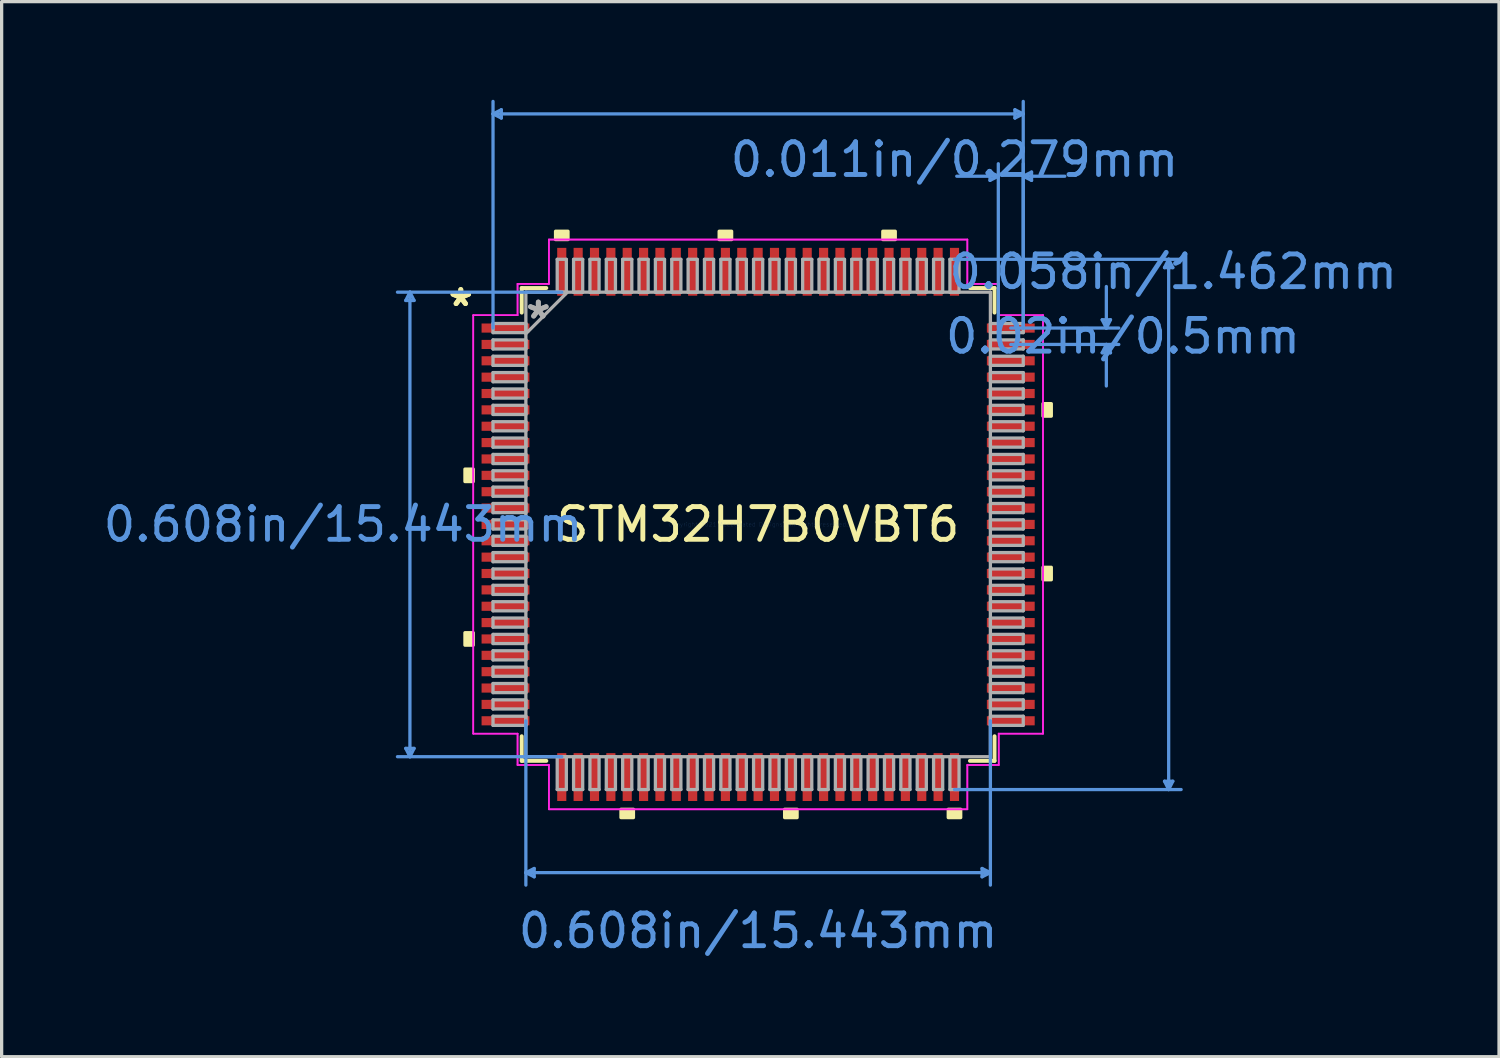
<source format=kicad_pcb>
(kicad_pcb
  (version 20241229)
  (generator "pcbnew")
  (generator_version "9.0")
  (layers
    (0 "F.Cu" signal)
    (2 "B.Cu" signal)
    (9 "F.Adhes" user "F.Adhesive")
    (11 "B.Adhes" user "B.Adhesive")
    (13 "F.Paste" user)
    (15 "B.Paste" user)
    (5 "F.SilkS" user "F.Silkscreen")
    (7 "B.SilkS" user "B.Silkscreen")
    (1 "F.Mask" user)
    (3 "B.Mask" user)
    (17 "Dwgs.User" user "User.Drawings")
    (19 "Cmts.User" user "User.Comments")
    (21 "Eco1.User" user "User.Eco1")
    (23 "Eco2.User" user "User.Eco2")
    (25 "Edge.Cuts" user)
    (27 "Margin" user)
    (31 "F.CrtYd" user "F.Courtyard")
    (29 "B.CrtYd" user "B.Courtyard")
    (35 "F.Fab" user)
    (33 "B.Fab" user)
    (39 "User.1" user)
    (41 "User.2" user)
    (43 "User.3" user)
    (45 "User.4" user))
  (footprint "STM32H7B0VBT6"
    (layer "F.Cu")
    (at 20.122 12.979)
    (property "Reference" "STM32H7B0VBT6" (at 0 0 0) (layer "F.SilkS") (effects (font (size 1 1) (thickness 0.15))))
    (attr through_hole)
    (fp_line (start -7.226 -7.226) (end -7.226 -6.474) (stroke (width 0.12) (type solid)) (layer "F.SilkS"))
    (fp_line (start -7.226 6.474) (end -7.226 7.226) (stroke (width 0.12) (type solid)) (layer "F.SilkS"))
    (fp_line (start -7.226 7.226) (end -6.474 7.226) (stroke (width 0.12) (type solid)) (layer "F.SilkS"))
    (fp_line (start -6.474 -7.226) (end -7.226 -7.226) (stroke (width 0.12) (type solid)) (layer "F.SilkS"))
    (fp_line (start 6.474 7.226) (end 7.226 7.226) (stroke (width 0.12) (type solid)) (layer "F.SilkS"))
    (fp_line (start 7.226 -7.226) (end 6.474 -7.226) (stroke (width 0.12) (type solid)) (layer "F.SilkS"))
    (fp_line (start 7.226 -6.474) (end 7.226 -7.226) (stroke (width 0.12) (type solid)) (layer "F.SilkS"))
    (fp_line (start 7.226 7.226) (end 7.226 6.474) (stroke (width 0.12) (type solid)) (layer "F.SilkS"))
    (fp_poly (pts (xy -8.961 -1.691) (xy -8.961 -1.31) (xy -8.707 -1.31) (xy -8.707 -1.691)) (stroke (width 0.1) (type solid)) (fill yes) (layer "F.SilkS"))
    (fp_poly (pts (xy -8.961 3.31) (xy -8.961 3.691) (xy -8.707 3.691) (xy -8.707 3.31)) (stroke (width 0.1) (type solid)) (fill yes) (layer "F.SilkS"))
    (fp_poly (pts (xy -6.192 -8.707) (xy -6.192 -8.961) (xy -5.811 -8.961) (xy -5.811 -8.707)) (stroke (width 0.1) (type solid)) (fill yes) (layer "F.SilkS"))
    (fp_poly (pts (xy -4.192 8.707) (xy -4.192 8.961) (xy -3.811 8.961) (xy -3.811 8.707)) (stroke (width 0.1) (type solid)) (fill yes) (layer "F.SilkS"))
    (fp_poly (pts (xy -1.191 -8.707) (xy -1.191 -8.961) (xy -0.81 -8.961) (xy -0.81 -8.707)) (stroke (width 0.1) (type solid)) (fill yes) (layer "F.SilkS"))
    (fp_poly (pts (xy 0.81 8.707) (xy 0.81 8.961) (xy 1.191 8.961) (xy 1.191 8.707)) (stroke (width 0.1) (type solid)) (fill yes) (layer "F.SilkS"))
    (fp_poly (pts (xy 3.811 -8.707) (xy 3.811 -8.961) (xy 4.192 -8.961) (xy 4.192 -8.707)) (stroke (width 0.1) (type solid)) (fill yes) (layer "F.SilkS"))
    (fp_poly (pts (xy 5.811 8.707) (xy 5.811 8.961) (xy 6.192 8.961) (xy 6.192 8.707)) (stroke (width 0.1) (type solid)) (fill yes) (layer "F.SilkS"))
    (fp_poly (pts (xy 8.961 -3.691) (xy 8.961 -3.31) (xy 8.707 -3.31) (xy 8.707 -3.691)) (stroke (width 0.1) (type solid)) (fill yes) (layer "F.SilkS"))
    (fp_poly (pts (xy 8.961 1.31) (xy 8.961 1.691) (xy 8.707 1.691) (xy 8.707 1.31)) (stroke (width 0.1) (type solid)) (fill yes) (layer "F.SilkS"))
    (fp_line (start -10.77 -6.845) (end -10.516 -6.845) (stroke (width 0.1) (type solid)) (layer "Cmts.User"))
    (fp_line (start -10.77 6.845) (end -10.516 6.845) (stroke (width 0.1) (type solid)) (layer "Cmts.User"))
    (fp_line (start -10.643 -7.099) (end -10.77 -6.845) (stroke (width 0.1) (type solid)) (layer "Cmts.User"))
    (fp_line (start -10.643 -7.099) (end -10.643 7.099) (stroke (width 0.1) (type solid)) (layer "Cmts.User"))
    (fp_line (start -10.643 -7.099) (end -10.516 -6.845) (stroke (width 0.1) (type solid)) (layer "Cmts.User"))
    (fp_line (start -10.643 7.099) (end -10.77 6.845) (stroke (width 0.1) (type solid)) (layer "Cmts.User"))
    (fp_line (start -10.643 7.099) (end -10.516 6.845) (stroke (width 0.1) (type solid)) (layer "Cmts.User"))
    (fp_line (start -8.103 -12.548) (end -7.849 -12.675) (stroke (width 0.1) (type solid)) (layer "Cmts.User"))
    (fp_line (start -8.103 -12.548) (end -7.849 -12.421) (stroke (width 0.1) (type solid)) (layer "Cmts.User"))
    (fp_line (start -8.103 -12.548) (end 8.103 -12.548) (stroke (width 0.1) (type solid)) (layer "Cmts.User"))
    (fp_line (start -8.103 -6.002) (end -8.103 -12.929) (stroke (width 0.1) (type solid)) (layer "Cmts.User"))
    (fp_line (start -7.849 -12.675) (end -7.849 -12.421) (stroke (width 0.1) (type solid)) (layer "Cmts.User"))
    (fp_line (start -7.099 6.002) (end -7.099 11.024) (stroke (width 0.1) (type solid)) (layer "Cmts.User"))
    (fp_line (start -7.099 10.643) (end -6.845 10.516) (stroke (width 0.1) (type solid)) (layer "Cmts.User"))
    (fp_line (start -7.099 10.643) (end -6.845 10.77) (stroke (width 0.1) (type solid)) (layer "Cmts.User"))
    (fp_line (start -7.099 10.643) (end 7.099 10.643) (stroke (width 0.1) (type solid)) (layer "Cmts.User"))
    (fp_line (start -6.845 10.516) (end -6.845 10.77) (stroke (width 0.1) (type solid)) (layer "Cmts.User"))
    (fp_line (start -6.002 -7.099) (end -11.024 -7.099) (stroke (width 0.1) (type solid)) (layer "Cmts.User"))
    (fp_line (start -6.002 7.099) (end -11.024 7.099) (stroke (width 0.1) (type solid)) (layer "Cmts.User"))
    (fp_line (start 6.002 -8.103) (end 12.929 -8.103) (stroke (width 0.1) (type solid)) (layer "Cmts.User"))
    (fp_line (start 6.002 8.103) (end 12.929 8.103) (stroke (width 0.1) (type solid)) (layer "Cmts.User"))
    (fp_line (start 6.845 10.516) (end 6.845 10.77) (stroke (width 0.1) (type solid)) (layer "Cmts.User"))
    (fp_line (start 7.087 -10.77) (end 7.087 -10.516) (stroke (width 0.1) (type solid)) (layer "Cmts.User"))
    (fp_line (start 7.099 6.002) (end 7.099 11.024) (stroke (width 0.1) (type solid)) (layer "Cmts.User"))
    (fp_line (start 7.099 10.643) (end 6.845 10.516) (stroke (width 0.1) (type solid)) (layer "Cmts.User"))
    (fp_line (start 7.099 10.643) (end 6.845 10.77) (stroke (width 0.1) (type solid)) (layer "Cmts.User"))
    (fp_line (start 7.341 -10.643) (end 6.071 -10.643) (stroke (width 0.1) (type solid)) (layer "Cmts.User"))
    (fp_line (start 7.341 -10.643) (end 7.087 -10.77) (stroke (width 0.1) (type solid)) (layer "Cmts.User"))
    (fp_line (start 7.341 -10.643) (end 7.087 -10.516) (stroke (width 0.1) (type solid)) (layer "Cmts.User"))
    (fp_line (start 7.341 -6.002) (end 7.341 -11.024) (stroke (width 0.1) (type solid)) (layer "Cmts.User"))
    (fp_line (start 7.722 -6.002) (end 11.024 -6.002) (stroke (width 0.1) (type solid)) (layer "Cmts.User"))
    (fp_line (start 7.722 -5.501) (end 11.024 -5.501) (stroke (width 0.1) (type solid)) (layer "Cmts.User"))
    (fp_line (start 7.849 -12.675) (end 7.849 -12.421) (stroke (width 0.1) (type solid)) (layer "Cmts.User"))
    (fp_line (start 8.103 -12.548) (end 7.849 -12.675) (stroke (width 0.1) (type solid)) (layer "Cmts.User"))
    (fp_line (start 8.103 -12.548) (end 7.849 -12.421) (stroke (width 0.1) (type solid)) (layer "Cmts.User"))
    (fp_line (start 8.103 -10.643) (end 8.357 -10.77) (stroke (width 0.1) (type solid)) (layer "Cmts.User"))
    (fp_line (start 8.103 -10.643) (end 8.357 -10.516) (stroke (width 0.1) (type solid)) (layer "Cmts.User"))
    (fp_line (start 8.103 -10.643) (end 9.373 -10.643) (stroke (width 0.1) (type solid)) (layer "Cmts.User"))
    (fp_line (start 8.103 -6.002) (end 8.103 -12.929) (stroke (width 0.1) (type solid)) (layer "Cmts.User"))
    (fp_line (start 8.103 -6.002) (end 8.103 -11.024) (stroke (width 0.1) (type solid)) (layer "Cmts.User"))
    (fp_line (start 8.357 -10.77) (end 8.357 -10.516) (stroke (width 0.1) (type solid)) (layer "Cmts.User"))
    (fp_line (start 10.516 -6.256) (end 10.77 -6.256) (stroke (width 0.1) (type solid)) (layer "Cmts.User"))
    (fp_line (start 10.516 -5.247) (end 10.77 -5.247) (stroke (width 0.1) (type solid)) (layer "Cmts.User"))
    (fp_line (start 10.643 -6.002) (end 10.516 -6.256) (stroke (width 0.1) (type solid)) (layer "Cmts.User"))
    (fp_line (start 10.643 -6.002) (end 10.643 -7.272) (stroke (width 0.1) (type solid)) (layer "Cmts.User"))
    (fp_line (start 10.643 -6.002) (end 10.77 -6.256) (stroke (width 0.1) (type solid)) (layer "Cmts.User"))
    (fp_line (start 10.643 -5.501) (end 10.516 -5.247) (stroke (width 0.1) (type solid)) (layer "Cmts.User"))
    (fp_line (start 10.643 -5.501) (end 10.643 -4.231) (stroke (width 0.1) (type solid)) (layer "Cmts.User"))
    (fp_line (start 10.643 -5.501) (end 10.77 -5.247) (stroke (width 0.1) (type solid)) (layer "Cmts.User"))
    (fp_line (start 12.421 -7.849) (end 12.675 -7.849) (stroke (width 0.1) (type solid)) (layer "Cmts.User"))
    (fp_line (start 12.421 7.849) (end 12.675 7.849) (stroke (width 0.1) (type solid)) (layer "Cmts.User"))
    (fp_line (start 12.548 -8.103) (end 12.421 -7.849) (stroke (width 0.1) (type solid)) (layer "Cmts.User"))
    (fp_line (start 12.548 -8.103) (end 12.548 8.103) (stroke (width 0.1) (type solid)) (layer "Cmts.User"))
    (fp_line (start 12.548 -8.103) (end 12.675 -7.849) (stroke (width 0.1) (type solid)) (layer "Cmts.User"))
    (fp_line (start 12.548 8.103) (end 12.421 7.849) (stroke (width 0.1) (type solid)) (layer "Cmts.User"))
    (fp_line (start 12.548 8.103) (end 12.675 7.849) (stroke (width 0.1) (type solid)) (layer "Cmts.User"))
    (fp_line (start -8.707 -6.395) (end -7.353 -6.395) (stroke (width 0.05) (type solid)) (layer "F.CrtYd"))
    (fp_line (start -8.707 -6.395) (end -7.353 -6.395) (stroke (width 0.05) (type solid)) (layer "F.CrtYd"))
    (fp_line (start -8.707 6.395) (end -8.707 -6.395) (stroke (width 0.05) (type solid)) (layer "F.CrtYd"))
    (fp_line (start -8.707 6.395) (end -8.707 -6.395) (stroke (width 0.05) (type solid)) (layer "F.CrtYd"))
    (fp_line (start -7.353 -7.353) (end -6.395 -7.353) (stroke (width 0.05) (type solid)) (layer "F.CrtYd"))
    (fp_line (start -7.353 -7.353) (end -6.395 -7.353) (stroke (width 0.05) (type solid)) (layer "F.CrtYd"))
    (fp_line (start -7.353 -6.395) (end -7.353 -7.353) (stroke (width 0.05) (type solid)) (layer "F.CrtYd"))
    (fp_line (start -7.353 -6.395) (end -7.353 -7.353) (stroke (width 0.05) (type solid)) (layer "F.CrtYd"))
    (fp_line (start -7.353 6.395) (end -8.707 6.395) (stroke (width 0.05) (type solid)) (layer "F.CrtYd"))
    (fp_line (start -7.353 6.395) (end -8.707 6.395) (stroke (width 0.05) (type solid)) (layer "F.CrtYd"))
    (fp_line (start -7.353 7.353) (end -7.353 6.395) (stroke (width 0.05) (type solid)) (layer "F.CrtYd"))
    (fp_line (start -7.353 7.353) (end -7.353 6.395) (stroke (width 0.05) (type solid)) (layer "F.CrtYd"))
    (fp_line (start -7.353 7.353) (end -6.395 7.353) (stroke (width 0.05) (type solid)) (layer "F.CrtYd"))
    (fp_line (start -6.395 -8.707) (end 6.395 -8.707) (stroke (width 0.05) (type solid)) (layer "F.CrtYd"))
    (fp_line (start -6.395 -8.707) (end 6.395 -8.707) (stroke (width 0.05) (type solid)) (layer "F.CrtYd"))
    (fp_line (start -6.395 -7.353) (end -6.395 -8.707) (stroke (width 0.05) (type solid)) (layer "F.CrtYd"))
    (fp_line (start -6.395 -7.353) (end -6.395 -8.707) (stroke (width 0.05) (type solid)) (layer "F.CrtYd"))
    (fp_line (start -6.395 7.353) (end -7.353 7.353) (stroke (width 0.05) (type solid)) (layer "F.CrtYd"))
    (fp_line (start -6.395 7.353) (end -6.395 8.707) (stroke (width 0.05) (type solid)) (layer "F.CrtYd"))
    (fp_line (start -6.395 8.707) (end -6.395 7.353) (stroke (width 0.05) (type solid)) (layer "F.CrtYd"))
    (fp_line (start -6.395 8.707) (end 6.395 8.707) (stroke (width 0.05) (type solid)) (layer "F.CrtYd"))
    (fp_line (start 6.395 -8.707) (end 6.395 -7.353) (stroke (width 0.05) (type solid)) (layer "F.CrtYd"))
    (fp_line (start 6.395 -8.707) (end 6.395 -7.353) (stroke (width 0.05) (type solid)) (layer "F.CrtYd"))
    (fp_line (start 6.395 -7.353) (end 7.353 -7.353) (stroke (width 0.05) (type solid)) (layer "F.CrtYd"))
    (fp_line (start 6.395 -7.353) (end 7.353 -7.353) (stroke (width 0.05) (type solid)) (layer "F.CrtYd"))
    (fp_line (start 6.395 7.353) (end 6.395 8.707) (stroke (width 0.05) (type solid)) (layer "F.CrtYd"))
    (fp_line (start 6.395 7.353) (end 7.353 7.353) (stroke (width 0.05) (type solid)) (layer "F.CrtYd"))
    (fp_line (start 6.395 8.707) (end -6.395 8.707) (stroke (width 0.05) (type solid)) (layer "F.CrtYd"))
    (fp_line (start 6.395 8.707) (end 6.395 7.353) (stroke (width 0.05) (type solid)) (layer "F.CrtYd"))
    (fp_line (start 7.353 -7.353) (end 7.353 -6.395) (stroke (width 0.05) (type solid)) (layer "F.CrtYd"))
    (fp_line (start 7.353 -6.395) (end 7.353 -7.353) (stroke (width 0.05) (type solid)) (layer "F.CrtYd"))
    (fp_line (start 7.353 -6.395) (end 8.707 -6.395) (stroke (width 0.05) (type solid)) (layer "F.CrtYd"))
    (fp_line (start 7.353 6.395) (end 7.353 7.353) (stroke (width 0.05) (type solid)) (layer "F.CrtYd"))
    (fp_line (start 7.353 6.395) (end 8.707 6.395) (stroke (width 0.05) (type solid)) (layer "F.CrtYd"))
    (fp_line (start 7.353 7.353) (end 6.395 7.353) (stroke (width 0.05) (type solid)) (layer "F.CrtYd"))
    (fp_line (start 7.353 7.353) (end 7.353 6.395) (stroke (width 0.05) (type solid)) (layer "F.CrtYd"))
    (fp_line (start 8.707 -6.395) (end 7.353 -6.395) (stroke (width 0.05) (type solid)) (layer "F.CrtYd"))
    (fp_line (start 8.707 -6.395) (end 8.707 6.395) (stroke (width 0.05) (type solid)) (layer "F.CrtYd"))
    (fp_line (start 8.707 6.395) (end 7.353 6.395) (stroke (width 0.05) (type solid)) (layer "F.CrtYd"))
    (fp_line (start 8.707 6.395) (end 8.707 -6.395) (stroke (width 0.05) (type solid)) (layer "F.CrtYd"))
    (fp_line (start -8.103 -6.141) (end -8.103 -5.862) (stroke (width 0.1) (type solid)) (layer "F.Fab"))
    (fp_line (start -8.103 -5.862) (end -7.099 -5.862) (stroke (width 0.1) (type solid)) (layer "F.Fab"))
    (fp_line (start -8.103 -5.641) (end -8.103 -5.362) (stroke (width 0.1) (type solid)) (layer "F.Fab"))
    (fp_line (start -8.103 -5.362) (end -7.099 -5.362) (stroke (width 0.1) (type solid)) (layer "F.Fab"))
    (fp_line (start -8.103 -5.141) (end -8.103 -4.862) (stroke (width 0.1) (type solid)) (layer "F.Fab"))
    (fp_line (start -8.103 -4.862) (end -7.099 -4.862) (stroke (width 0.1) (type solid)) (layer "F.Fab"))
    (fp_line (start -8.103 -4.641) (end -8.103 -4.361) (stroke (width 0.1) (type solid)) (layer "F.Fab"))
    (fp_line (start -8.103 -4.361) (end -7.099 -4.361) (stroke (width 0.1) (type solid)) (layer "F.Fab"))
    (fp_line (start -8.103 -4.141) (end -8.103 -3.861) (stroke (width 0.1) (type solid)) (layer "F.Fab"))
    (fp_line (start -8.103 -3.861) (end -7.099 -3.861) (stroke (width 0.1) (type solid)) (layer "F.Fab"))
    (fp_line (start -8.103 -3.641) (end -8.103 -3.361) (stroke (width 0.1) (type solid)) (layer "F.Fab"))
    (fp_line (start -8.103 -3.361) (end -7.099 -3.361) (stroke (width 0.1) (type solid)) (layer "F.Fab"))
    (fp_line (start -8.103 -3.14) (end -8.103 -2.861) (stroke (width 0.1) (type solid)) (layer "F.Fab"))
    (fp_line (start -8.103 -2.861) (end -7.099 -2.861) (stroke (width 0.1) (type solid)) (layer "F.Fab"))
    (fp_line (start -8.103 -2.64) (end -8.103 -2.361) (stroke (width 0.1) (type solid)) (layer "F.Fab"))
    (fp_line (start -8.103 -2.361) (end -7.099 -2.361) (stroke (width 0.1) (type solid)) (layer "F.Fab"))
    (fp_line (start -8.103 -2.14) (end -8.103 -1.861) (stroke (width 0.1) (type solid)) (layer "F.Fab"))
    (fp_line (start -8.103 -1.861) (end -7.099 -1.861) (stroke (width 0.1) (type solid)) (layer "F.Fab"))
    (fp_line (start -8.103 -1.64) (end -8.103 -1.361) (stroke (width 0.1) (type solid)) (layer "F.Fab"))
    (fp_line (start -8.103 -1.361) (end -7.099 -1.361) (stroke (width 0.1) (type solid)) (layer "F.Fab"))
    (fp_line (start -8.103 -1.14) (end -8.103 -0.861) (stroke (width 0.1) (type solid)) (layer "F.Fab"))
    (fp_line (start -8.103 -0.861) (end -7.099 -0.861) (stroke (width 0.1) (type solid)) (layer "F.Fab"))
    (fp_line (start -8.103 -0.64) (end -8.103 -0.36) (stroke (width 0.1) (type solid)) (layer "F.Fab"))
    (fp_line (start -8.103 -0.36) (end -7.099 -0.36) (stroke (width 0.1) (type solid)) (layer "F.Fab"))
    (fp_line (start -8.103 -0.14) (end -8.103 0.14) (stroke (width 0.1) (type solid)) (layer "F.Fab"))
    (fp_line (start -8.103 0.14) (end -7.099 0.14) (stroke (width 0.1) (type solid)) (layer "F.Fab"))
    (fp_line (start -8.103 0.36) (end -8.103 0.64) (stroke (width 0.1) (type solid)) (layer "F.Fab"))
    (fp_line (start -8.103 0.64) (end -7.099 0.64) (stroke (width 0.1) (type solid)) (layer "F.Fab"))
    (fp_line (start -8.103 0.861) (end -8.103 1.14) (stroke (width 0.1) (type solid)) (layer "F.Fab"))
    (fp_line (start -8.103 1.14) (end -7.099 1.14) (stroke (width 0.1) (type solid)) (layer "F.Fab"))
    (fp_line (start -8.103 1.361) (end -8.103 1.64) (stroke (width 0.1) (type solid)) (layer "F.Fab"))
    (fp_line (start -8.103 1.64) (end -7.099 1.64) (stroke (width 0.1) (type solid)) (layer "F.Fab"))
    (fp_line (start -8.103 1.861) (end -8.103 2.14) (stroke (width 0.1) (type solid)) (layer "F.Fab"))
    (fp_line (start -8.103 2.14) (end -7.099 2.14) (stroke (width 0.1) (type solid)) (layer "F.Fab"))
    (fp_line (start -8.103 2.361) (end -8.103 2.64) (stroke (width 0.1) (type solid)) (layer "F.Fab"))
    (fp_line (start -8.103 2.64) (end -7.099 2.64) (stroke (width 0.1) (type solid)) (layer "F.Fab"))
    (fp_line (start -8.103 2.861) (end -8.103 3.14) (stroke (width 0.1) (type solid)) (layer "F.Fab"))
    (fp_line (start -8.103 3.14) (end -7.099 3.14) (stroke (width 0.1) (type solid)) (layer "F.Fab"))
    (fp_line (start -8.103 3.361) (end -8.103 3.641) (stroke (width 0.1) (type solid)) (layer "F.Fab"))
    (fp_line (start -8.103 3.641) (end -7.099 3.641) (stroke (width 0.1) (type solid)) (layer "F.Fab"))
    (fp_line (start -8.103 3.861) (end -8.103 4.141) (stroke (width 0.1) (type solid)) (layer "F.Fab"))
    (fp_line (start -8.103 4.141) (end -7.099 4.141) (stroke (width 0.1) (type solid)) (layer "F.Fab"))
    (fp_line (start -8.103 4.361) (end -8.103 4.641) (stroke (width 0.1) (type solid)) (layer "F.Fab"))
    (fp_line (start -8.103 4.641) (end -7.099 4.641) (stroke (width 0.1) (type solid)) (layer "F.Fab"))
    (fp_line (start -8.103 4.862) (end -8.103 5.141) (stroke (width 0.1) (type solid)) (layer "F.Fab"))
    (fp_line (start -8.103 5.141) (end -7.099 5.141) (stroke (width 0.1) (type solid)) (layer "F.Fab"))
    (fp_line (start -8.103 5.362) (end -8.103 5.641) (stroke (width 0.1) (type solid)) (layer "F.Fab"))
    (fp_line (start -8.103 5.641) (end -7.099 5.641) (stroke (width 0.1) (type solid)) (layer "F.Fab"))
    (fp_line (start -8.103 5.862) (end -8.103 6.141) (stroke (width 0.1) (type solid)) (layer "F.Fab"))
    (fp_line (start -8.103 6.141) (end -7.099 6.141) (stroke (width 0.1) (type solid)) (layer "F.Fab"))
    (fp_line (start -7.099 -7.099) (end -7.099 7.099) (stroke (width 0.1) (type solid)) (layer "F.Fab"))
    (fp_line (start -7.099 -6.141) (end -8.103 -6.141) (stroke (width 0.1) (type solid)) (layer "F.Fab"))
    (fp_line (start -7.099 -5.862) (end -7.099 -6.141) (stroke (width 0.1) (type solid)) (layer "F.Fab"))
    (fp_line (start -7.099 -5.829) (end -5.829 -7.099) (stroke (width 0.1) (type solid)) (layer "F.Fab"))
    (fp_line (start -7.099 -5.641) (end -8.103 -5.641) (stroke (width 0.1) (type solid)) (layer "F.Fab"))
    (fp_line (start -7.099 -5.362) (end -7.099 -5.641) (stroke (width 0.1) (type solid)) (layer "F.Fab"))
    (fp_line (start -7.099 -5.141) (end -8.103 -5.141) (stroke (width 0.1) (type solid)) (layer "F.Fab"))
    (fp_line (start -7.099 -4.862) (end -7.099 -5.141) (stroke (width 0.1) (type solid)) (layer "F.Fab"))
    (fp_line (start -7.099 -4.641) (end -8.103 -4.641) (stroke (width 0.1) (type solid)) (layer "F.Fab"))
    (fp_line (start -7.099 -4.361) (end -7.099 -4.641) (stroke (width 0.1) (type solid)) (layer "F.Fab"))
    (fp_line (start -7.099 -4.141) (end -8.103 -4.141) (stroke (width 0.1) (type solid)) (layer "F.Fab"))
    (fp_line (start -7.099 -3.861) (end -7.099 -4.141) (stroke (width 0.1) (type solid)) (layer "F.Fab"))
    (fp_line (start -7.099 -3.641) (end -8.103 -3.641) (stroke (width 0.1) (type solid)) (layer "F.Fab"))
    (fp_line (start -7.099 -3.361) (end -7.099 -3.641) (stroke (width 0.1) (type solid)) (layer "F.Fab"))
    (fp_line (start -7.099 -3.14) (end -8.103 -3.14) (stroke (width 0.1) (type solid)) (layer "F.Fab"))
    (fp_line (start -7.099 -2.861) (end -7.099 -3.14) (stroke (width 0.1) (type solid)) (layer "F.Fab"))
    (fp_line (start -7.099 -2.64) (end -8.103 -2.64) (stroke (width 0.1) (type solid)) (layer "F.Fab"))
    (fp_line (start -7.099 -2.361) (end -7.099 -2.64) (stroke (width 0.1) (type solid)) (layer "F.Fab"))
    (fp_line (start -7.099 -2.14) (end -8.103 -2.14) (stroke (width 0.1) (type solid)) (layer "F.Fab"))
    (fp_line (start -7.099 -1.861) (end -7.099 -2.14) (stroke (width 0.1) (type solid)) (layer "F.Fab"))
    (fp_line (start -7.099 -1.64) (end -8.103 -1.64) (stroke (width 0.1) (type solid)) (layer "F.Fab"))
    (fp_line (start -7.099 -1.361) (end -7.099 -1.64) (stroke (width 0.1) (type solid)) (layer "F.Fab"))
    (fp_line (start -7.099 -1.14) (end -8.103 -1.14) (stroke (width 0.1) (type solid)) (layer "F.Fab"))
    (fp_line (start -7.099 -0.861) (end -7.099 -1.14) (stroke (width 0.1) (type solid)) (layer "F.Fab"))
    (fp_line (start -7.099 -0.64) (end -8.103 -0.64) (stroke (width 0.1) (type solid)) (layer "F.Fab"))
    (fp_line (start -7.099 -0.36) (end -7.099 -0.64) (stroke (width 0.1) (type solid)) (layer "F.Fab"))
    (fp_line (start -7.099 -0.14) (end -8.103 -0.14) (stroke (width 0.1) (type solid)) (layer "F.Fab"))
    (fp_line (start -7.099 0.14) (end -7.099 -0.14) (stroke (width 0.1) (type solid)) (layer "F.Fab"))
    (fp_line (start -7.099 0.36) (end -8.103 0.36) (stroke (width 0.1) (type solid)) (layer "F.Fab"))
    (fp_line (start -7.099 0.64) (end -7.099 0.36) (stroke (width 0.1) (type solid)) (layer "F.Fab"))
    (fp_line (start -7.099 0.861) (end -8.103 0.861) (stroke (width 0.1) (type solid)) (layer "F.Fab"))
    (fp_line (start -7.099 1.14) (end -7.099 0.861) (stroke (width 0.1) (type solid)) (layer "F.Fab"))
    (fp_line (start -7.099 1.361) (end -8.103 1.361) (stroke (width 0.1) (type solid)) (layer "F.Fab"))
    (fp_line (start -7.099 1.64) (end -7.099 1.361) (stroke (width 0.1) (type solid)) (layer "F.Fab"))
    (fp_line (start -7.099 1.861) (end -8.103 1.861) (stroke (width 0.1) (type solid)) (layer "F.Fab"))
    (fp_line (start -7.099 2.14) (end -7.099 1.861) (stroke (width 0.1) (type solid)) (layer "F.Fab"))
    (fp_line (start -7.099 2.361) (end -8.103 2.361) (stroke (width 0.1) (type solid)) (layer "F.Fab"))
    (fp_line (start -7.099 2.64) (end -7.099 2.361) (stroke (width 0.1) (type solid)) (layer "F.Fab"))
    (fp_line (start -7.099 2.861) (end -8.103 2.861) (stroke (width 0.1) (type solid)) (layer "F.Fab"))
    (fp_line (start -7.099 3.14) (end -7.099 2.861) (stroke (width 0.1) (type solid)) (layer "F.Fab"))
    (fp_line (start -7.099 3.361) (end -8.103 3.361) (stroke (width 0.1) (type solid)) (layer "F.Fab"))
    (fp_line (start -7.099 3.641) (end -7.099 3.361) (stroke (width 0.1) (type solid)) (layer "F.Fab"))
    (fp_line (start -7.099 3.861) (end -8.103 3.861) (stroke (width 0.1) (type solid)) (layer "F.Fab"))
    (fp_line (start -7.099 4.141) (end -7.099 3.861) (stroke (width 0.1) (type solid)) (layer "F.Fab"))
    (fp_line (start -7.099 4.361) (end -8.103 4.361) (stroke (width 0.1) (type solid)) (layer "F.Fab"))
    (fp_line (start -7.099 4.641) (end -7.099 4.361) (stroke (width 0.1) (type solid)) (layer "F.Fab"))
    (fp_line (start -7.099 4.862) (end -8.103 4.862) (stroke (width 0.1) (type solid)) (layer "F.Fab"))
    (fp_line (start -7.099 5.141) (end -7.099 4.862) (stroke (width 0.1) (type solid)) (layer "F.Fab"))
    (fp_line (start -7.099 5.362) (end -8.103 5.362) (stroke (width 0.1) (type solid)) (layer "F.Fab"))
    (fp_line (start -7.099 5.641) (end -7.099 5.362) (stroke (width 0.1) (type solid)) (layer "F.Fab"))
    (fp_line (start -7.099 5.862) (end -8.103 5.862) (stroke (width 0.1) (type solid)) (layer "F.Fab"))
    (fp_line (start -7.099 6.141) (end -7.099 5.862) (stroke (width 0.1) (type solid)) (layer "F.Fab"))
    (fp_line (start -7.099 7.099) (end 7.099 7.099) (stroke (width 0.1) (type solid)) (layer "F.Fab"))
    (fp_line (start -6.141 -8.103) (end -6.141 -7.099) (stroke (width 0.1) (type solid)) (layer "F.Fab"))
    (fp_line (start -6.141 -7.099) (end -5.862 -7.099) (stroke (width 0.1) (type solid)) (layer "F.Fab"))
    (fp_line (start -6.141 7.099) (end -6.141 8.103) (stroke (width 0.1) (type solid)) (layer "F.Fab"))
    (fp_line (start -6.141 8.103) (end -5.862 8.103) (stroke (width 0.1) (type solid)) (layer "F.Fab"))
    (fp_line (start -5.862 -8.103) (end -6.141 -8.103) (stroke (width 0.1) (type solid)) (layer "F.Fab"))
    (fp_line (start -5.862 -7.099) (end -5.862 -8.103) (stroke (width 0.1) (type solid)) (layer "F.Fab"))
    (fp_line (start -5.862 7.099) (end -6.141 7.099) (stroke (width 0.1) (type solid)) (layer "F.Fab"))
    (fp_line (start -5.862 8.103) (end -5.862 7.099) (stroke (width 0.1) (type solid)) (layer "F.Fab"))
    (fp_line (start -5.641 -8.103) (end -5.641 -7.099) (stroke (width 0.1) (type solid)) (layer "F.Fab"))
    (fp_line (start -5.641 -7.099) (end -5.362 -7.099) (stroke (width 0.1) (type solid)) (layer "F.Fab"))
    (fp_line (start -5.641 7.099) (end -5.641 8.103) (stroke (width 0.1) (type solid)) (layer "F.Fab"))
    (fp_line (start -5.641 8.103) (end -5.362 8.103) (stroke (width 0.1) (type solid)) (layer "F.Fab"))
    (fp_line (start -5.362 -8.103) (end -5.641 -8.103) (stroke (width 0.1) (type solid)) (layer "F.Fab"))
    (fp_line (start -5.362 -7.099) (end -5.362 -8.103) (stroke (width 0.1) (type solid)) (layer "F.Fab"))
    (fp_line (start -5.362 7.099) (end -5.641 7.099) (stroke (width 0.1) (type solid)) (layer "F.Fab"))
    (fp_line (start -5.362 8.103) (end -5.362 7.099) (stroke (width 0.1) (type solid)) (layer "F.Fab"))
    (fp_line (start -5.141 -8.103) (end -5.141 -7.099) (stroke (width 0.1) (type solid)) (layer "F.Fab"))
    (fp_line (start -5.141 -7.099) (end -4.862 -7.099) (stroke (width 0.1) (type solid)) (layer "F.Fab"))
    (fp_line (start -5.141 7.099) (end -5.141 8.103) (stroke (width 0.1) (type solid)) (layer "F.Fab"))
    (fp_line (start -5.141 8.103) (end -4.862 8.103) (stroke (width 0.1) (type solid)) (layer "F.Fab"))
    (fp_line (start -4.862 -8.103) (end -5.141 -8.103) (stroke (width 0.1) (type solid)) (layer "F.Fab"))
    (fp_line (start -4.862 -7.099) (end -4.862 -8.103) (stroke (width 0.1) (type solid)) (layer "F.Fab"))
    (fp_line (start -4.862 7.099) (end -5.141 7.099) (stroke (width 0.1) (type solid)) (layer "F.Fab"))
    (fp_line (start -4.862 8.103) (end -4.862 7.099) (stroke (width 0.1) (type solid)) (layer "F.Fab"))
    (fp_line (start -4.641 -8.103) (end -4.641 -7.099) (stroke (width 0.1) (type solid)) (layer "F.Fab"))
    (fp_line (start -4.641 -7.099) (end -4.361 -7.099) (stroke (width 0.1) (type solid)) (layer "F.Fab"))
    (fp_line (start -4.641 7.099) (end -4.641 8.103) (stroke (width 0.1) (type solid)) (layer "F.Fab"))
    (fp_line (start -4.641 8.103) (end -4.361 8.103) (stroke (width 0.1) (type solid)) (layer "F.Fab"))
    (fp_line (start -4.361 -8.103) (end -4.641 -8.103) (stroke (width 0.1) (type solid)) (layer "F.Fab"))
    (fp_line (start -4.361 -7.099) (end -4.361 -8.103) (stroke (width 0.1) (type solid)) (layer "F.Fab"))
    (fp_line (start -4.361 7.099) (end -4.641 7.099) (stroke (width 0.1) (type solid)) (layer "F.Fab"))
    (fp_line (start -4.361 8.103) (end -4.361 7.099) (stroke (width 0.1) (type solid)) (layer "F.Fab"))
    (fp_line (start -4.141 -8.103) (end -4.141 -7.099) (stroke (width 0.1) (type solid)) (layer "F.Fab"))
    (fp_line (start -4.141 -7.099) (end -3.861 -7.099) (stroke (width 0.1) (type solid)) (layer "F.Fab"))
    (fp_line (start -4.141 7.099) (end -4.141 8.103) (stroke (width 0.1) (type solid)) (layer "F.Fab"))
    (fp_line (start -4.141 8.103) (end -3.861 8.103) (stroke (width 0.1) (type solid)) (layer "F.Fab"))
    (fp_line (start -3.861 -8.103) (end -4.141 -8.103) (stroke (width 0.1) (type solid)) (layer "F.Fab"))
    (fp_line (start -3.861 -7.099) (end -3.861 -8.103) (stroke (width 0.1) (type solid)) (layer "F.Fab"))
    (fp_line (start -3.861 7.099) (end -4.141 7.099) (stroke (width 0.1) (type solid)) (layer "F.Fab"))
    (fp_line (start -3.861 8.103) (end -3.861 7.099) (stroke (width 0.1) (type solid)) (layer "F.Fab"))
    (fp_line (start -3.641 -8.103) (end -3.641 -7.099) (stroke (width 0.1) (type solid)) (layer "F.Fab"))
    (fp_line (start -3.641 -7.099) (end -3.361 -7.099) (stroke (width 0.1) (type solid)) (layer "F.Fab"))
    (fp_line (start -3.641 7.099) (end -3.641 8.103) (stroke (width 0.1) (type solid)) (layer "F.Fab"))
    (fp_line (start -3.641 8.103) (end -3.361 8.103) (stroke (width 0.1) (type solid)) (layer "F.Fab"))
    (fp_line (start -3.361 -8.103) (end -3.641 -8.103) (stroke (width 0.1) (type solid)) (layer "F.Fab"))
    (fp_line (start -3.361 -7.099) (end -3.361 -8.103) (stroke (width 0.1) (type solid)) (layer "F.Fab"))
    (fp_line (start -3.361 7.099) (end -3.641 7.099) (stroke (width 0.1) (type solid)) (layer "F.Fab"))
    (fp_line (start -3.361 8.103) (end -3.361 7.099) (stroke (width 0.1) (type solid)) (layer "F.Fab"))
    (fp_line (start -3.14 -8.103) (end -3.14 -7.099) (stroke (width 0.1) (type solid)) (layer "F.Fab"))
    (fp_line (start -3.14 -7.099) (end -2.861 -7.099) (stroke (width 0.1) (type solid)) (layer "F.Fab"))
    (fp_line (start -3.14 7.099) (end -3.14 8.103) (stroke (width 0.1) (type solid)) (layer "F.Fab"))
    (fp_line (start -3.14 8.103) (end -2.861 8.103) (stroke (width 0.1) (type solid)) (layer "F.Fab"))
    (fp_line (start -2.861 -8.103) (end -3.14 -8.103) (stroke (width 0.1) (type solid)) (layer "F.Fab"))
    (fp_line (start -2.861 -7.099) (end -2.861 -8.103) (stroke (width 0.1) (type solid)) (layer "F.Fab"))
    (fp_line (start -2.861 7.099) (end -3.14 7.099) (stroke (width 0.1) (type solid)) (layer "F.Fab"))
    (fp_line (start -2.861 8.103) (end -2.861 7.099) (stroke (width 0.1) (type solid)) (layer "F.Fab"))
    (fp_line (start -2.64 -8.103) (end -2.64 -7.099) (stroke (width 0.1) (type solid)) (layer "F.Fab"))
    (fp_line (start -2.64 -7.099) (end -2.361 -7.099) (stroke (width 0.1) (type solid)) (layer "F.Fab"))
    (fp_line (start -2.64 7.099) (end -2.64 8.103) (stroke (width 0.1) (type solid)) (layer "F.Fab"))
    (fp_line (start -2.64 8.103) (end -2.361 8.103) (stroke (width 0.1) (type solid)) (layer "F.Fab"))
    (fp_line (start -2.361 -8.103) (end -2.64 -8.103) (stroke (width 0.1) (type solid)) (layer "F.Fab"))
    (fp_line (start -2.361 -7.099) (end -2.361 -8.103) (stroke (width 0.1) (type solid)) (layer "F.Fab"))
    (fp_line (start -2.361 7.099) (end -2.64 7.099) (stroke (width 0.1) (type solid)) (layer "F.Fab"))
    (fp_line (start -2.361 8.103) (end -2.361 7.099) (stroke (width 0.1) (type solid)) (layer "F.Fab"))
    (fp_line (start -2.14 -8.103) (end -2.14 -7.099) (stroke (width 0.1) (type solid)) (layer "F.Fab"))
    (fp_line (start -2.14 -7.099) (end -1.861 -7.099) (stroke (width 0.1) (type solid)) (layer "F.Fab"))
    (fp_line (start -2.14 7.099) (end -2.14 8.103) (stroke (width 0.1) (type solid)) (layer "F.Fab"))
    (fp_line (start -2.14 8.103) (end -1.861 8.103) (stroke (width 0.1) (type solid)) (layer "F.Fab"))
    (fp_line (start -1.861 -8.103) (end -2.14 -8.103) (stroke (width 0.1) (type solid)) (layer "F.Fab"))
    (fp_line (start -1.861 -7.099) (end -1.861 -8.103) (stroke (width 0.1) (type solid)) (layer "F.Fab"))
    (fp_line (start -1.861 7.099) (end -2.14 7.099) (stroke (width 0.1) (type solid)) (layer "F.Fab"))
    (fp_line (start -1.861 8.103) (end -1.861 7.099) (stroke (width 0.1) (type solid)) (layer "F.Fab"))
    (fp_line (start -1.64 -8.103) (end -1.64 -7.099) (stroke (width 0.1) (type solid)) (layer "F.Fab"))
    (fp_line (start -1.64 -7.099) (end -1.361 -7.099) (stroke (width 0.1) (type solid)) (layer "F.Fab"))
    (fp_line (start -1.64 7.099) (end -1.64 8.103) (stroke (width 0.1) (type solid)) (layer "F.Fab"))
    (fp_line (start -1.64 8.103) (end -1.361 8.103) (stroke (width 0.1) (type solid)) (layer "F.Fab"))
    (fp_line (start -1.361 -8.103) (end -1.64 -8.103) (stroke (width 0.1) (type solid)) (layer "F.Fab"))
    (fp_line (start -1.361 -7.099) (end -1.361 -8.103) (stroke (width 0.1) (type solid)) (layer "F.Fab"))
    (fp_line (start -1.361 7.099) (end -1.64 7.099) (stroke (width 0.1) (type solid)) (layer "F.Fab"))
    (fp_line (start -1.361 8.103) (end -1.361 7.099) (stroke (width 0.1) (type solid)) (layer "F.Fab"))
    (fp_line (start -1.14 -8.103) (end -1.14 -7.099) (stroke (width 0.1) (type solid)) (layer "F.Fab"))
    (fp_line (start -1.14 -7.099) (end -0.861 -7.099) (stroke (width 0.1) (type solid)) (layer "F.Fab"))
    (fp_line (start -1.14 7.099) (end -1.14 8.103) (stroke (width 0.1) (type solid)) (layer "F.Fab"))
    (fp_line (start -1.14 8.103) (end -0.861 8.103) (stroke (width 0.1) (type solid)) (layer "F.Fab"))
    (fp_line (start -0.861 -8.103) (end -1.14 -8.103) (stroke (width 0.1) (type solid)) (layer "F.Fab"))
    (fp_line (start -0.861 -7.099) (end -0.861 -8.103) (stroke (width 0.1) (type solid)) (layer "F.Fab"))
    (fp_line (start -0.861 7.099) (end -1.14 7.099) (stroke (width 0.1) (type solid)) (layer "F.Fab"))
    (fp_line (start -0.861 8.103) (end -0.861 7.099) (stroke (width 0.1) (type solid)) (layer "F.Fab"))
    (fp_line (start -0.64 -8.103) (end -0.64 -7.099) (stroke (width 0.1) (type solid)) (layer "F.Fab"))
    (fp_line (start -0.64 -7.099) (end -0.36 -7.099) (stroke (width 0.1) (type solid)) (layer "F.Fab"))
    (fp_line (start -0.64 7.099) (end -0.64 8.103) (stroke (width 0.1) (type solid)) (layer "F.Fab"))
    (fp_line (start -0.64 8.103) (end -0.36 8.103) (stroke (width 0.1) (type solid)) (layer "F.Fab"))
    (fp_line (start -0.36 -8.103) (end -0.64 -8.103) (stroke (width 0.1) (type solid)) (layer "F.Fab"))
    (fp_line (start -0.36 -7.099) (end -0.36 -8.103) (stroke (width 0.1) (type solid)) (layer "F.Fab"))
    (fp_line (start -0.36 7.099) (end -0.64 7.099) (stroke (width 0.1) (type solid)) (layer "F.Fab"))
    (fp_line (start -0.36 8.103) (end -0.36 7.099) (stroke (width 0.1) (type solid)) (layer "F.Fab"))
    (fp_line (start -0.14 -8.103) (end -0.14 -7.099) (stroke (width 0.1) (type solid)) (layer "F.Fab"))
    (fp_line (start -0.14 -7.099) (end 0.14 -7.099) (stroke (width 0.1) (type solid)) (layer "F.Fab"))
    (fp_line (start -0.14 7.099) (end -0.14 8.103) (stroke (width 0.1) (type solid)) (layer "F.Fab"))
    (fp_line (start -0.14 8.103) (end 0.14 8.103) (stroke (width 0.1) (type solid)) (layer "F.Fab"))
    (fp_line (start 0.14 -8.103) (end -0.14 -8.103) (stroke (width 0.1) (type solid)) (layer "F.Fab"))
    (fp_line (start 0.14 -7.099) (end 0.14 -8.103) (stroke (width 0.1) (type solid)) (layer "F.Fab"))
    (fp_line (start 0.14 7.099) (end -0.14 7.099) (stroke (width 0.1) (type solid)) (layer "F.Fab"))
    (fp_line (start 0.14 8.103) (end 0.14 7.099) (stroke (width 0.1) (type solid)) (layer "F.Fab"))
    (fp_line (start 0.36 -8.103) (end 0.36 -7.099) (stroke (width 0.1) (type solid)) (layer "F.Fab"))
    (fp_line (start 0.36 -7.099) (end 0.64 -7.099) (stroke (width 0.1) (type solid)) (layer "F.Fab"))
    (fp_line (start 0.36 7.099) (end 0.36 8.103) (stroke (width 0.1) (type solid)) (layer "F.Fab"))
    (fp_line (start 0.36 8.103) (end 0.64 8.103) (stroke (width 0.1) (type solid)) (layer "F.Fab"))
    (fp_line (start 0.64 -8.103) (end 0.36 -8.103) (stroke (width 0.1) (type solid)) (layer "F.Fab"))
    (fp_line (start 0.64 -7.099) (end 0.64 -8.103) (stroke (width 0.1) (type solid)) (layer "F.Fab"))
    (fp_line (start 0.64 7.099) (end 0.36 7.099) (stroke (width 0.1) (type solid)) (layer "F.Fab"))
    (fp_line (start 0.64 8.103) (end 0.64 7.099) (stroke (width 0.1) (type solid)) (layer "F.Fab"))
    (fp_line (start 0.861 -8.103) (end 0.861 -7.099) (stroke (width 0.1) (type solid)) (layer "F.Fab"))
    (fp_line (start 0.861 -7.099) (end 1.14 -7.099) (stroke (width 0.1) (type solid)) (layer "F.Fab"))
    (fp_line (start 0.861 7.099) (end 0.861 8.103) (stroke (width 0.1) (type solid)) (layer "F.Fab"))
    (fp_line (start 0.861 8.103) (end 1.14 8.103) (stroke (width 0.1) (type solid)) (layer "F.Fab"))
    (fp_line (start 1.14 -8.103) (end 0.861 -8.103) (stroke (width 0.1) (type solid)) (layer "F.Fab"))
    (fp_line (start 1.14 -7.099) (end 1.14 -8.103) (stroke (width 0.1) (type solid)) (layer "F.Fab"))
    (fp_line (start 1.14 7.099) (end 0.861 7.099) (stroke (width 0.1) (type solid)) (layer "F.Fab"))
    (fp_line (start 1.14 8.103) (end 1.14 7.099) (stroke (width 0.1) (type solid)) (layer "F.Fab"))
    (fp_line (start 1.361 -8.103) (end 1.361 -7.099) (stroke (width 0.1) (type solid)) (layer "F.Fab"))
    (fp_line (start 1.361 -7.099) (end 1.64 -7.099) (stroke (width 0.1) (type solid)) (layer "F.Fab"))
    (fp_line (start 1.361 7.099) (end 1.361 8.103) (stroke (width 0.1) (type solid)) (layer "F.Fab"))
    (fp_line (start 1.361 8.103) (end 1.64 8.103) (stroke (width 0.1) (type solid)) (layer "F.Fab"))
    (fp_line (start 1.64 -8.103) (end 1.361 -8.103) (stroke (width 0.1) (type solid)) (layer "F.Fab"))
    (fp_line (start 1.64 -7.099) (end 1.64 -8.103) (stroke (width 0.1) (type solid)) (layer "F.Fab"))
    (fp_line (start 1.64 7.099) (end 1.361 7.099) (stroke (width 0.1) (type solid)) (layer "F.Fab"))
    (fp_line (start 1.64 8.103) (end 1.64 7.099) (stroke (width 0.1) (type solid)) (layer "F.Fab"))
    (fp_line (start 1.861 -8.103) (end 1.861 -7.099) (stroke (width 0.1) (type solid)) (layer "F.Fab"))
    (fp_line (start 1.861 -7.099) (end 2.14 -7.099) (stroke (width 0.1) (type solid)) (layer "F.Fab"))
    (fp_line (start 1.861 7.099) (end 1.861 8.103) (stroke (width 0.1) (type solid)) (layer "F.Fab"))
    (fp_line (start 1.861 8.103) (end 2.14 8.103) (stroke (width 0.1) (type solid)) (layer "F.Fab"))
    (fp_line (start 2.14 -8.103) (end 1.861 -8.103) (stroke (width 0.1) (type solid)) (layer "F.Fab"))
    (fp_line (start 2.14 -7.099) (end 2.14 -8.103) (stroke (width 0.1) (type solid)) (layer "F.Fab"))
    (fp_line (start 2.14 7.099) (end 1.861 7.099) (stroke (width 0.1) (type solid)) (layer "F.Fab"))
    (fp_line (start 2.14 8.103) (end 2.14 7.099) (stroke (width 0.1) (type solid)) (layer "F.Fab"))
    (fp_line (start 2.361 -8.103) (end 2.361 -7.099) (stroke (width 0.1) (type solid)) (layer "F.Fab"))
    (fp_line (start 2.361 -7.099) (end 2.64 -7.099) (stroke (width 0.1) (type solid)) (layer "F.Fab"))
    (fp_line (start 2.361 7.099) (end 2.361 8.103) (stroke (width 0.1) (type solid)) (layer "F.Fab"))
    (fp_line (start 2.361 8.103) (end 2.64 8.103) (stroke (width 0.1) (type solid)) (layer "F.Fab"))
    (fp_line (start 2.64 -8.103) (end 2.361 -8.103) (stroke (width 0.1) (type solid)) (layer "F.Fab"))
    (fp_line (start 2.64 -7.099) (end 2.64 -8.103) (stroke (width 0.1) (type solid)) (layer "F.Fab"))
    (fp_line (start 2.64 7.099) (end 2.361 7.099) (stroke (width 0.1) (type solid)) (layer "F.Fab"))
    (fp_line (start 2.64 8.103) (end 2.64 7.099) (stroke (width 0.1) (type solid)) (layer "F.Fab"))
    (fp_line (start 2.861 -8.103) (end 2.861 -7.099) (stroke (width 0.1) (type solid)) (layer "F.Fab"))
    (fp_line (start 2.861 -7.099) (end 3.14 -7.099) (stroke (width 0.1) (type solid)) (layer "F.Fab"))
    (fp_line (start 2.861 7.099) (end 2.861 8.103) (stroke (width 0.1) (type solid)) (layer "F.Fab"))
    (fp_line (start 2.861 8.103) (end 3.14 8.103) (stroke (width 0.1) (type solid)) (layer "F.Fab"))
    (fp_line (start 3.14 -8.103) (end 2.861 -8.103) (stroke (width 0.1) (type solid)) (layer "F.Fab"))
    (fp_line (start 3.14 -7.099) (end 3.14 -8.103) (stroke (width 0.1) (type solid)) (layer "F.Fab"))
    (fp_line (start 3.14 7.099) (end 2.861 7.099) (stroke (width 0.1) (type solid)) (layer "F.Fab"))
    (fp_line (start 3.14 8.103) (end 3.14 7.099) (stroke (width 0.1) (type solid)) (layer "F.Fab"))
    (fp_line (start 3.361 -8.103) (end 3.361 -7.099) (stroke (width 0.1) (type solid)) (layer "F.Fab"))
    (fp_line (start 3.361 -7.099) (end 3.641 -7.099) (stroke (width 0.1) (type solid)) (layer "F.Fab"))
    (fp_line (start 3.361 7.099) (end 3.361 8.103) (stroke (width 0.1) (type solid)) (layer "F.Fab"))
    (fp_line (start 3.361 8.103) (end 3.641 8.103) (stroke (width 0.1) (type solid)) (layer "F.Fab"))
    (fp_line (start 3.641 -8.103) (end 3.361 -8.103) (stroke (width 0.1) (type solid)) (layer "F.Fab"))
    (fp_line (start 3.641 -7.099) (end 3.641 -8.103) (stroke (width 0.1) (type solid)) (layer "F.Fab"))
    (fp_line (start 3.641 7.099) (end 3.361 7.099) (stroke (width 0.1) (type solid)) (layer "F.Fab"))
    (fp_line (start 3.641 8.103) (end 3.641 7.099) (stroke (width 0.1) (type solid)) (layer "F.Fab"))
    (fp_line (start 3.861 -8.103) (end 3.861 -7.099) (stroke (width 0.1) (type solid)) (layer "F.Fab"))
    (fp_line (start 3.861 -7.099) (end 4.141 -7.099) (stroke (width 0.1) (type solid)) (layer "F.Fab"))
    (fp_line (start 3.861 7.099) (end 3.861 8.103) (stroke (width 0.1) (type solid)) (layer "F.Fab"))
    (fp_line (start 3.861 8.103) (end 4.141 8.103) (stroke (width 0.1) (type solid)) (layer "F.Fab"))
    (fp_line (start 4.141 -8.103) (end 3.861 -8.103) (stroke (width 0.1) (type solid)) (layer "F.Fab"))
    (fp_line (start 4.141 -7.099) (end 4.141 -8.103) (stroke (width 0.1) (type solid)) (layer "F.Fab"))
    (fp_line (start 4.141 7.099) (end 3.861 7.099) (stroke (width 0.1) (type solid)) (layer "F.Fab"))
    (fp_line (start 4.141 8.103) (end 4.141 7.099) (stroke (width 0.1) (type solid)) (layer "F.Fab"))
    (fp_line (start 4.361 -8.103) (end 4.361 -7.099) (stroke (width 0.1) (type solid)) (layer "F.Fab"))
    (fp_line (start 4.361 -7.099) (end 4.641 -7.099) (stroke (width 0.1) (type solid)) (layer "F.Fab"))
    (fp_line (start 4.361 7.099) (end 4.361 8.103) (stroke (width 0.1) (type solid)) (layer "F.Fab"))
    (fp_line (start 4.361 8.103) (end 4.641 8.103) (stroke (width 0.1) (type solid)) (layer "F.Fab"))
    (fp_line (start 4.641 -8.103) (end 4.361 -8.103) (stroke (width 0.1) (type solid)) (layer "F.Fab"))
    (fp_line (start 4.641 -7.099) (end 4.641 -8.103) (stroke (width 0.1) (type solid)) (layer "F.Fab"))
    (fp_line (start 4.641 7.099) (end 4.361 7.099) (stroke (width 0.1) (type solid)) (layer "F.Fab"))
    (fp_line (start 4.641 8.103) (end 4.641 7.099) (stroke (width 0.1) (type solid)) (layer "F.Fab"))
    (fp_line (start 4.862 -8.103) (end 4.862 -7.099) (stroke (width 0.1) (type solid)) (layer "F.Fab"))
    (fp_line (start 4.862 -7.099) (end 5.141 -7.099) (stroke (width 0.1) (type solid)) (layer "F.Fab"))
    (fp_line (start 4.862 7.099) (end 4.862 8.103) (stroke (width 0.1) (type solid)) (layer "F.Fab"))
    (fp_line (start 4.862 8.103) (end 5.141 8.103) (stroke (width 0.1) (type solid)) (layer "F.Fab"))
    (fp_line (start 5.141 -8.103) (end 4.862 -8.103) (stroke (width 0.1) (type solid)) (layer "F.Fab"))
    (fp_line (start 5.141 -7.099) (end 5.141 -8.103) (stroke (width 0.1) (type solid)) (layer "F.Fab"))
    (fp_line (start 5.141 7.099) (end 4.862 7.099) (stroke (width 0.1) (type solid)) (layer "F.Fab"))
    (fp_line (start 5.141 8.103) (end 5.141 7.099) (stroke (width 0.1) (type solid)) (layer "F.Fab"))
    (fp_line (start 5.362 -8.103) (end 5.362 -7.099) (stroke (width 0.1) (type solid)) (layer "F.Fab"))
    (fp_line (start 5.362 -7.099) (end 5.641 -7.099) (stroke (width 0.1) (type solid)) (layer "F.Fab"))
    (fp_line (start 5.362 7.099) (end 5.362 8.103) (stroke (width 0.1) (type solid)) (layer "F.Fab"))
    (fp_line (start 5.362 8.103) (end 5.641 8.103) (stroke (width 0.1) (type solid)) (layer "F.Fab"))
    (fp_line (start 5.641 -8.103) (end 5.362 -8.103) (stroke (width 0.1) (type solid)) (layer "F.Fab"))
    (fp_line (start 5.641 -7.099) (end 5.641 -8.103) (stroke (width 0.1) (type solid)) (layer "F.Fab"))
    (fp_line (start 5.641 7.099) (end 5.362 7.099) (stroke (width 0.1) (type solid)) (layer "F.Fab"))
    (fp_line (start 5.641 8.103) (end 5.641 7.099) (stroke (width 0.1) (type solid)) (layer "F.Fab"))
    (fp_line (start 5.862 -8.103) (end 5.862 -7.099) (stroke (width 0.1) (type solid)) (layer "F.Fab"))
    (fp_line (start 5.862 -7.099) (end 6.141 -7.099) (stroke (width 0.1) (type solid)) (layer "F.Fab"))
    (fp_line (start 5.862 7.099) (end 5.862 8.103) (stroke (width 0.1) (type solid)) (layer "F.Fab"))
    (fp_line (start 5.862 8.103) (end 6.141 8.103) (stroke (width 0.1) (type solid)) (layer "F.Fab"))
    (fp_line (start 6.141 -8.103) (end 5.862 -8.103) (stroke (width 0.1) (type solid)) (layer "F.Fab"))
    (fp_line (start 6.141 -7.099) (end 6.141 -8.103) (stroke (width 0.1) (type solid)) (layer "F.Fab"))
    (fp_line (start 6.141 7.099) (end 5.862 7.099) (stroke (width 0.1) (type solid)) (layer "F.Fab"))
    (fp_line (start 6.141 8.103) (end 6.141 7.099) (stroke (width 0.1) (type solid)) (layer "F.Fab"))
    (fp_line (start 7.099 -7.099) (end -7.099 -7.099) (stroke (width 0.1) (type solid)) (layer "F.Fab"))
    (fp_line (start 7.099 -6.141) (end 7.099 -5.862) (stroke (width 0.1) (type solid)) (layer "F.Fab"))
    (fp_line (start 7.099 -5.862) (end 8.103 -5.862) (stroke (width 0.1) (type solid)) (layer "F.Fab"))
    (fp_line (start 7.099 -5.641) (end 7.099 -5.362) (stroke (width 0.1) (type solid)) (layer "F.Fab"))
    (fp_line (start 7.099 -5.362) (end 8.103 -5.362) (stroke (width 0.1) (type solid)) (layer "F.Fab"))
    (fp_line (start 7.099 -5.141) (end 7.099 -4.862) (stroke (width 0.1) (type solid)) (layer "F.Fab"))
    (fp_line (start 7.099 -4.862) (end 8.103 -4.862) (stroke (width 0.1) (type solid)) (layer "F.Fab"))
    (fp_line (start 7.099 -4.641) (end 7.099 -4.361) (stroke (width 0.1) (type solid)) (layer "F.Fab"))
    (fp_line (start 7.099 -4.361) (end 8.103 -4.361) (stroke (width 0.1) (type solid)) (layer "F.Fab"))
    (fp_line (start 7.099 -4.141) (end 7.099 -3.861) (stroke (width 0.1) (type solid)) (layer "F.Fab"))
    (fp_line (start 7.099 -3.861) (end 8.103 -3.861) (stroke (width 0.1) (type solid)) (layer "F.Fab"))
    (fp_line (start 7.099 -3.641) (end 7.099 -3.361) (stroke (width 0.1) (type solid)) (layer "F.Fab"))
    (fp_line (start 7.099 -3.361) (end 8.103 -3.361) (stroke (width 0.1) (type solid)) (layer "F.Fab"))
    (fp_line (start 7.099 -3.14) (end 7.099 -2.861) (stroke (width 0.1) (type solid)) (layer "F.Fab"))
    (fp_line (start 7.099 -2.861) (end 8.103 -2.861) (stroke (width 0.1) (type solid)) (layer "F.Fab"))
    (fp_line (start 7.099 -2.64) (end 7.099 -2.361) (stroke (width 0.1) (type solid)) (layer "F.Fab"))
    (fp_line (start 7.099 -2.361) (end 8.103 -2.361) (stroke (width 0.1) (type solid)) (layer "F.Fab"))
    (fp_line (start 7.099 -2.14) (end 7.099 -1.861) (stroke (width 0.1) (type solid)) (layer "F.Fab"))
    (fp_line (start 7.099 -1.861) (end 8.103 -1.861) (stroke (width 0.1) (type solid)) (layer "F.Fab"))
    (fp_line (start 7.099 -1.64) (end 7.099 -1.361) (stroke (width 0.1) (type solid)) (layer "F.Fab"))
    (fp_line (start 7.099 -1.361) (end 8.103 -1.361) (stroke (width 0.1) (type solid)) (layer "F.Fab"))
    (fp_line (start 7.099 -1.14) (end 7.099 -0.861) (stroke (width 0.1) (type solid)) (layer "F.Fab"))
    (fp_line (start 7.099 -0.861) (end 8.103 -0.861) (stroke (width 0.1) (type solid)) (layer "F.Fab"))
    (fp_line (start 7.099 -0.64) (end 7.099 -0.36) (stroke (width 0.1) (type solid)) (layer "F.Fab"))
    (fp_line (start 7.099 -0.36) (end 8.103 -0.36) (stroke (width 0.1) (type solid)) (layer "F.Fab"))
    (fp_line (start 7.099 -0.14) (end 7.099 0.14) (stroke (width 0.1) (type solid)) (layer "F.Fab"))
    (fp_line (start 7.099 0.14) (end 8.103 0.14) (stroke (width 0.1) (type solid)) (layer "F.Fab"))
    (fp_line (start 7.099 0.36) (end 7.099 0.64) (stroke (width 0.1) (type solid)) (layer "F.Fab"))
    (fp_line (start 7.099 0.64) (end 8.103 0.64) (stroke (width 0.1) (type solid)) (layer "F.Fab"))
    (fp_line (start 7.099 0.861) (end 7.099 1.14) (stroke (width 0.1) (type solid)) (layer "F.Fab"))
    (fp_line (start 7.099 1.14) (end 8.103 1.14) (stroke (width 0.1) (type solid)) (layer "F.Fab"))
    (fp_line (start 7.099 1.361) (end 7.099 1.64) (stroke (width 0.1) (type solid)) (layer "F.Fab"))
    (fp_line (start 7.099 1.64) (end 8.103 1.64) (stroke (width 0.1) (type solid)) (layer "F.Fab"))
    (fp_line (start 7.099 1.861) (end 7.099 2.14) (stroke (width 0.1) (type solid)) (layer "F.Fab"))
    (fp_line (start 7.099 2.14) (end 8.103 2.14) (stroke (width 0.1) (type solid)) (layer "F.Fab"))
    (fp_line (start 7.099 2.361) (end 7.099 2.64) (stroke (width 0.1) (type solid)) (layer "F.Fab"))
    (fp_line (start 7.099 2.64) (end 8.103 2.64) (stroke (width 0.1) (type solid)) (layer "F.Fab"))
    (fp_line (start 7.099 2.861) (end 7.099 3.14) (stroke (width 0.1) (type solid)) (layer "F.Fab"))
    (fp_line (start 7.099 3.14) (end 8.103 3.14) (stroke (width 0.1) (type solid)) (layer "F.Fab"))
    (fp_line (start 7.099 3.361) (end 7.099 3.641) (stroke (width 0.1) (type solid)) (layer "F.Fab"))
    (fp_line (start 7.099 3.641) (end 8.103 3.641) (stroke (width 0.1) (type solid)) (layer "F.Fab"))
    (fp_line (start 7.099 3.861) (end 7.099 4.141) (stroke (width 0.1) (type solid)) (layer "F.Fab"))
    (fp_line (start 7.099 4.141) (end 8.103 4.141) (stroke (width 0.1) (type solid)) (layer "F.Fab"))
    (fp_line (start 7.099 4.361) (end 7.099 4.641) (stroke (width 0.1) (type solid)) (layer "F.Fab"))
    (fp_line (start 7.099 4.641) (end 8.103 4.641) (stroke (width 0.1) (type solid)) (layer "F.Fab"))
    (fp_line (start 7.099 4.862) (end 7.099 5.141) (stroke (width 0.1) (type solid)) (layer "F.Fab"))
    (fp_line (start 7.099 5.141) (end 8.103 5.141) (stroke (width 0.1) (type solid)) (layer "F.Fab"))
    (fp_line (start 7.099 5.362) (end 7.099 5.641) (stroke (width 0.1) (type solid)) (layer "F.Fab"))
    (fp_line (start 7.099 5.641) (end 8.103 5.641) (stroke (width 0.1) (type solid)) (layer "F.Fab"))
    (fp_line (start 7.099 5.862) (end 7.099 6.141) (stroke (width 0.1) (type solid)) (layer "F.Fab"))
    (fp_line (start 7.099 6.141) (end 8.103 6.141) (stroke (width 0.1) (type solid)) (layer "F.Fab"))
    (fp_line (start 7.099 7.099) (end 7.099 -7.099) (stroke (width 0.1) (type solid)) (layer "F.Fab"))
    (fp_line (start 8.103 -6.141) (end 7.099 -6.141) (stroke (width 0.1) (type solid)) (layer "F.Fab"))
    (fp_line (start 8.103 -5.862) (end 8.103 -6.141) (stroke (width 0.1) (type solid)) (layer "F.Fab"))
    (fp_line (start 8.103 -5.641) (end 7.099 -5.641) (stroke (width 0.1) (type solid)) (layer "F.Fab"))
    (fp_line (start 8.103 -5.362) (end 8.103 -5.641) (stroke (width 0.1) (type solid)) (layer "F.Fab"))
    (fp_line (start 8.103 -5.141) (end 7.099 -5.141) (stroke (width 0.1) (type solid)) (layer "F.Fab"))
    (fp_line (start 8.103 -4.862) (end 8.103 -5.141) (stroke (width 0.1) (type solid)) (layer "F.Fab"))
    (fp_line (start 8.103 -4.641) (end 7.099 -4.641) (stroke (width 0.1) (type solid)) (layer "F.Fab"))
    (fp_line (start 8.103 -4.361) (end 8.103 -4.641) (stroke (width 0.1) (type solid)) (layer "F.Fab"))
    (fp_line (start 8.103 -4.141) (end 7.099 -4.141) (stroke (width 0.1) (type solid)) (layer "F.Fab"))
    (fp_line (start 8.103 -3.861) (end 8.103 -4.141) (stroke (width 0.1) (type solid)) (layer "F.Fab"))
    (fp_line (start 8.103 -3.641) (end 7.099 -3.641) (stroke (width 0.1) (type solid)) (layer "F.Fab"))
    (fp_line (start 8.103 -3.361) (end 8.103 -3.641) (stroke (width 0.1) (type solid)) (layer "F.Fab"))
    (fp_line (start 8.103 -3.14) (end 7.099 -3.14) (stroke (width 0.1) (type solid)) (layer "F.Fab"))
    (fp_line (start 8.103 -2.861) (end 8.103 -3.14) (stroke (width 0.1) (type solid)) (layer "F.Fab"))
    (fp_line (start 8.103 -2.64) (end 7.099 -2.64) (stroke (width 0.1) (type solid)) (layer "F.Fab"))
    (fp_line (start 8.103 -2.361) (end 8.103 -2.64) (stroke (width 0.1) (type solid)) (layer "F.Fab"))
    (fp_line (start 8.103 -2.14) (end 7.099 -2.14) (stroke (width 0.1) (type solid)) (layer "F.Fab"))
    (fp_line (start 8.103 -1.861) (end 8.103 -2.14) (stroke (width 0.1) (type solid)) (layer "F.Fab"))
    (fp_line (start 8.103 -1.64) (end 7.099 -1.64) (stroke (width 0.1) (type solid)) (layer "F.Fab"))
    (fp_line (start 8.103 -1.361) (end 8.103 -1.64) (stroke (width 0.1) (type solid)) (layer "F.Fab"))
    (fp_line (start 8.103 -1.14) (end 7.099 -1.14) (stroke (width 0.1) (type solid)) (layer "F.Fab"))
    (fp_line (start 8.103 -0.861) (end 8.103 -1.14) (stroke (width 0.1) (type solid)) (layer "F.Fab"))
    (fp_line (start 8.103 -0.64) (end 7.099 -0.64) (stroke (width 0.1) (type solid)) (layer "F.Fab"))
    (fp_line (start 8.103 -0.36) (end 8.103 -0.64) (stroke (width 0.1) (type solid)) (layer "F.Fab"))
    (fp_line (start 8.103 -0.14) (end 7.099 -0.14) (stroke (width 0.1) (type solid)) (layer "F.Fab"))
    (fp_line (start 8.103 0.14) (end 8.103 -0.14) (stroke (width 0.1) (type solid)) (layer "F.Fab"))
    (fp_line (start 8.103 0.36) (end 7.099 0.36) (stroke (width 0.1) (type solid)) (layer "F.Fab"))
    (fp_line (start 8.103 0.64) (end 8.103 0.36) (stroke (width 0.1) (type solid)) (layer "F.Fab"))
    (fp_line (start 8.103 0.861) (end 7.099 0.861) (stroke (width 0.1) (type solid)) (layer "F.Fab"))
    (fp_line (start 8.103 1.14) (end 8.103 0.861) (stroke (width 0.1) (type solid)) (layer "F.Fab"))
    (fp_line (start 8.103 1.361) (end 7.099 1.361) (stroke (width 0.1) (type solid)) (layer "F.Fab"))
    (fp_line (start 8.103 1.64) (end 8.103 1.361) (stroke (width 0.1) (type solid)) (layer "F.Fab"))
    (fp_line (start 8.103 1.861) (end 7.099 1.861) (stroke (width 0.1) (type solid)) (layer "F.Fab"))
    (fp_line (start 8.103 2.14) (end 8.103 1.861) (stroke (width 0.1) (type solid)) (layer "F.Fab"))
    (fp_line (start 8.103 2.361) (end 7.099 2.361) (stroke (width 0.1) (type solid)) (layer "F.Fab"))
    (fp_line (start 8.103 2.64) (end 8.103 2.361) (stroke (width 0.1) (type solid)) (layer "F.Fab"))
    (fp_line (start 8.103 2.861) (end 7.099 2.861) (stroke (width 0.1) (type solid)) (layer "F.Fab"))
    (fp_line (start 8.103 3.14) (end 8.103 2.861) (stroke (width 0.1) (type solid)) (layer "F.Fab"))
    (fp_line (start 8.103 3.361) (end 7.099 3.361) (stroke (width 0.1) (type solid)) (layer "F.Fab"))
    (fp_line (start 8.103 3.641) (end 8.103 3.361) (stroke (width 0.1) (type solid)) (layer "F.Fab"))
    (fp_line (start 8.103 3.861) (end 7.099 3.861) (stroke (width 0.1) (type solid)) (layer "F.Fab"))
    (fp_line (start 8.103 4.141) (end 8.103 3.861) (stroke (width 0.1) (type solid)) (layer "F.Fab"))
    (fp_line (start 8.103 4.361) (end 7.099 4.361) (stroke (width 0.1) (type solid)) (layer "F.Fab"))
    (fp_line (start 8.103 4.641) (end 8.103 4.361) (stroke (width 0.1) (type solid)) (layer "F.Fab"))
    (fp_line (start 8.103 4.862) (end 7.099 4.862) (stroke (width 0.1) (type solid)) (layer "F.Fab"))
    (fp_line (start 8.103 5.141) (end 8.103 4.862) (stroke (width 0.1) (type solid)) (layer "F.Fab"))
    (fp_line (start 8.103 5.362) (end 7.099 5.362) (stroke (width 0.1) (type solid)) (layer "F.Fab"))
    (fp_line (start 8.103 5.641) (end 8.103 5.362) (stroke (width 0.1) (type solid)) (layer "F.Fab"))
    (fp_line (start 8.103 5.862) (end 7.099 5.862) (stroke (width 0.1) (type solid)) (layer "F.Fab"))
    (fp_line (start 8.103 6.141) (end 8.103 5.862) (stroke (width 0.1) (type solid)) (layer "F.Fab"))
    (fp_text user "*" (at -9.088 -6.633 0) (layer "F.SilkS") (effects (font (size 1 1) (thickness 0.15))))
    (fp_text user "*" (at -9.088 -6.633 0) (layer "F.SilkS") (effects (font (size 1 1) (thickness 0.15))))
    (fp_text user "0.058in/1.462mm" (at 12.687 -7.722 0) (layer "Cmts.User") (effects (font (size 1 1) (thickness 0.15))))
    (fp_text user "Copyright 2021 Accelerated Designs. All rights reserved." (at 0 0 0) (layer "Cmts.User") (effects (font (size 0.127 0.127) (thickness 0.002))))
    (fp_text user "0.608in/15.443mm" (at 0 12.421 0) (layer "Cmts.User") (effects (font (size 1 1) (thickness 0.15))))
    (fp_text user "0.608in/15.443mm" (at -12.687 0 0) (layer "Cmts.User") (effects (font (size 1 1) (thickness 0.15))))
    (fp_text user "0.02in/0.5mm" (at 11.151 -5.751 0) (layer "Cmts.User") (effects (font (size 1 1) (thickness 0.15))))
    (fp_text user "0.011in/0.279mm" (at 6.002 -11.151 0) (layer "Cmts.User") (effects (font (size 1 1) (thickness 0.15))))
    (fp_text user "*" (at -6.718 -6.252 0) (layer "F.Fab") (effects (font (size 1 1) (thickness 0.15))))
    (fp_text user "*" (at -6.718 -6.252 0) (layer "F.Fab") (effects (font (size 1 1) (thickness 0.15))))
    (pad "1" smd rect (at -7.722 -6.002 90) (size 0.279 1.462) (layers "F.Cu" "F.Mask" "F.Paste"))
    (pad "2" smd rect (at -7.722 -5.501 90) (size 0.279 1.462) (layers "F.Cu" "F.Mask" "F.Paste"))
    (pad "3" smd rect (at -7.722 -5.001 90) (size 0.279 1.462) (layers "F.Cu" "F.Mask" "F.Paste"))
    (pad "4" smd rect (at -7.722 -4.501 90) (size 0.279 1.462) (layers "F.Cu" "F.Mask" "F.Paste"))
    (pad "5" smd rect (at -7.722 -4.001 90) (size 0.279 1.462) (layers "F.Cu" "F.Mask" "F.Paste"))
    (pad "6" smd rect (at -7.722 -3.501 90) (size 0.279 1.462) (layers "F.Cu" "F.Mask" "F.Paste"))
    (pad "7" smd rect (at -7.722 -3.001 90) (size 0.279 1.462) (layers "F.Cu" "F.Mask" "F.Paste"))
    (pad "8" smd rect (at -7.722 -2.501 90) (size 0.279 1.462) (layers "F.Cu" "F.Mask" "F.Paste"))
    (pad "9" smd rect (at -7.722 -2.001 90) (size 0.279 1.462) (layers "F.Cu" "F.Mask" "F.Paste"))
    (pad "10" smd rect (at -7.722 -1.5 90) (size 0.279 1.462) (layers "F.Cu" "F.Mask" "F.Paste"))
    (pad "11" smd rect (at -7.722 -1 90) (size 0.279 1.462) (layers "F.Cu" "F.Mask" "F.Paste"))
    (pad "12" smd rect (at -7.722 -0.5 90) (size 0.279 1.462) (layers "F.Cu" "F.Mask" "F.Paste"))
    (pad "13" smd rect (at -7.722 0 90) (size 0.279 1.462) (layers "F.Cu" "F.Mask" "F.Paste"))
    (pad "14" smd rect (at -7.722 0.5 90) (size 0.279 1.462) (layers "F.Cu" "F.Mask" "F.Paste"))
    (pad "15" smd rect (at -7.722 1 90) (size 0.279 1.462) (layers "F.Cu" "F.Mask" "F.Paste"))
    (pad "16" smd rect (at -7.722 1.5 90) (size 0.279 1.462) (layers "F.Cu" "F.Mask" "F.Paste"))
    (pad "17" smd rect (at -7.722 2.001 90) (size 0.279 1.462) (layers "F.Cu" "F.Mask" "F.Paste"))
    (pad "18" smd rect (at -7.722 2.501 90) (size 0.279 1.462) (layers "F.Cu" "F.Mask" "F.Paste"))
    (pad "19" smd rect (at -7.722 3.001 90) (size 0.279 1.462) (layers "F.Cu" "F.Mask" "F.Paste"))
    (pad "20" smd rect (at -7.722 3.501 90) (size 0.279 1.462) (layers "F.Cu" "F.Mask" "F.Paste"))
    (pad "21" smd rect (at -7.722 4.001 90) (size 0.279 1.462) (layers "F.Cu" "F.Mask" "F.Paste"))
    (pad "22" smd rect (at -7.722 4.501 90) (size 0.279 1.462) (layers "F.Cu" "F.Mask" "F.Paste"))
    (pad "23" smd rect (at -7.722 5.001 90) (size 0.279 1.462) (layers "F.Cu" "F.Mask" "F.Paste"))
    (pad "24" smd rect (at -7.722 5.501 90) (size 0.279 1.462) (layers "F.Cu" "F.Mask" "F.Paste"))
    (pad "25" smd rect (at -7.722 6.002 90) (size 0.279 1.462) (layers "F.Cu" "F.Mask" "F.Paste"))
    (pad "26" smd rect (at -6.002 7.722) (size 0.279 1.462) (layers "F.Cu" "F.Mask" "F.Paste"))
    (pad "27" smd rect (at -5.501 7.722) (size 0.279 1.462) (layers "F.Cu" "F.Mask" "F.Paste"))
    (pad "28" smd rect (at -5.001 7.722) (size 0.279 1.462) (layers "F.Cu" "F.Mask" "F.Paste"))
    (pad "29" smd rect (at -4.501 7.722) (size 0.279 1.462) (layers "F.Cu" "F.Mask" "F.Paste"))
    (pad "30" smd rect (at -4.001 7.722) (size 0.279 1.462) (layers "F.Cu" "F.Mask" "F.Paste"))
    (pad "31" smd rect (at -3.501 7.722) (size 0.279 1.462) (layers "F.Cu" "F.Mask" "F.Paste"))
    (pad "32" smd rect (at -3.001 7.722) (size 0.279 1.462) (layers "F.Cu" "F.Mask" "F.Paste"))
    (pad "33" smd rect (at -2.501 7.722) (size 0.279 1.462) (layers "F.Cu" "F.Mask" "F.Paste"))
    (pad "34" smd rect (at -2.001 7.722) (size 0.279 1.462) (layers "F.Cu" "F.Mask" "F.Paste"))
    (pad "35" smd rect (at -1.5 7.722) (size 0.279 1.462) (layers "F.Cu" "F.Mask" "F.Paste"))
    (pad "36" smd rect (at -1 7.722) (size 0.279 1.462) (layers "F.Cu" "F.Mask" "F.Paste"))
    (pad "37" smd rect (at -0.5 7.722) (size 0.279 1.462) (layers "F.Cu" "F.Mask" "F.Paste"))
    (pad "38" smd rect (at 0 7.722) (size 0.279 1.462) (layers "F.Cu" "F.Mask" "F.Paste"))
    (pad "39" smd rect (at 0.5 7.722) (size 0.279 1.462) (layers "F.Cu" "F.Mask" "F.Paste"))
    (pad "40" smd rect (at 1 7.722) (size 0.279 1.462) (layers "F.Cu" "F.Mask" "F.Paste"))
    (pad "41" smd rect (at 1.5 7.722) (size 0.279 1.462) (layers "F.Cu" "F.Mask" "F.Paste"))
    (pad "42" smd rect (at 2.001 7.722) (size 0.279 1.462) (layers "F.Cu" "F.Mask" "F.Paste"))
    (pad "43" smd rect (at 2.501 7.722) (size 0.279 1.462) (layers "F.Cu" "F.Mask" "F.Paste"))
    (pad "44" smd rect (at 3.001 7.722) (size 0.279 1.462) (layers "F.Cu" "F.Mask" "F.Paste"))
    (pad "45" smd rect (at 3.501 7.722) (size 0.279 1.462) (layers "F.Cu" "F.Mask" "F.Paste"))
    (pad "46" smd rect (at 4.001 7.722) (size 0.279 1.462) (layers "F.Cu" "F.Mask" "F.Paste"))
    (pad "47" smd rect (at 4.501 7.722) (size 0.279 1.462) (layers "F.Cu" "F.Mask" "F.Paste"))
    (pad "48" smd rect (at 5.001 7.722) (size 0.279 1.462) (layers "F.Cu" "F.Mask" "F.Paste"))
    (pad "49" smd rect (at 5.501 7.722) (size 0.279 1.462) (layers "F.Cu" "F.Mask" "F.Paste"))
    (pad "50" smd rect (at 6.002 7.722) (size 0.279 1.462) (layers "F.Cu" "F.Mask" "F.Paste"))
    (pad "51" smd rect (at 7.722 6.002 90) (size 0.279 1.462) (layers "F.Cu" "F.Mask" "F.Paste"))
    (pad "52" smd rect (at 7.722 5.501 90) (size 0.279 1.462) (layers "F.Cu" "F.Mask" "F.Paste"))
    (pad "53" smd rect (at 7.722 5.001 90) (size 0.279 1.462) (layers "F.Cu" "F.Mask" "F.Paste"))
    (pad "54" smd rect (at 7.722 4.501 90) (size 0.279 1.462) (layers "F.Cu" "F.Mask" "F.Paste"))
    (pad "55" smd rect (at 7.722 4.001 90) (size 0.279 1.462) (layers "F.Cu" "F.Mask" "F.Paste"))
    (pad "56" smd rect (at 7.722 3.501 90) (size 0.279 1.462) (layers "F.Cu" "F.Mask" "F.Paste"))
    (pad "57" smd rect (at 7.722 3.001 90) (size 0.279 1.462) (layers "F.Cu" "F.Mask" "F.Paste"))
    (pad "58" smd rect (at 7.722 2.501 90) (size 0.279 1.462) (layers "F.Cu" "F.Mask" "F.Paste"))
    (pad "59" smd rect (at 7.722 2.001 90) (size 0.279 1.462) (layers "F.Cu" "F.Mask" "F.Paste"))
    (pad "60" smd rect (at 7.722 1.5 90) (size 0.279 1.462) (layers "F.Cu" "F.Mask" "F.Paste"))
    (pad "61" smd rect (at 7.722 1 90) (size 0.279 1.462) (layers "F.Cu" "F.Mask" "F.Paste"))
    (pad "62" smd rect (at 7.722 0.5 90) (size 0.279 1.462) (layers "F.Cu" "F.Mask" "F.Paste"))
    (pad "63" smd rect (at 7.722 0 90) (size 0.279 1.462) (layers "F.Cu" "F.Mask" "F.Paste"))
    (pad "64" smd rect (at 7.722 -0.5 90) (size 0.279 1.462) (layers "F.Cu" "F.Mask" "F.Paste"))
    (pad "65" smd rect (at 7.722 -1 90) (size 0.279 1.462) (layers "F.Cu" "F.Mask" "F.Paste"))
    (pad "66" smd rect (at 7.722 -1.5 90) (size 0.279 1.462) (layers "F.Cu" "F.Mask" "F.Paste"))
    (pad "67" smd rect (at 7.722 -2.001 90) (size 0.279 1.462) (layers "F.Cu" "F.Mask" "F.Paste"))
    (pad "68" smd rect (at 7.722 -2.501 90) (size 0.279 1.462) (layers "F.Cu" "F.Mask" "F.Paste"))
    (pad "69" smd rect (at 7.722 -3.001 90) (size 0.279 1.462) (layers "F.Cu" "F.Mask" "F.Paste"))
    (pad "70" smd rect (at 7.722 -3.501 90) (size 0.279 1.462) (layers "F.Cu" "F.Mask" "F.Paste"))
    (pad "71" smd rect (at 7.722 -4.001 90) (size 0.279 1.462) (layers "F.Cu" "F.Mask" "F.Paste"))
    (pad "72" smd rect (at 7.722 -4.501 90) (size 0.279 1.462) (layers "F.Cu" "F.Mask" "F.Paste"))
    (pad "73" smd rect (at 7.722 -5.001 90) (size 0.279 1.462) (layers "F.Cu" "F.Mask" "F.Paste"))
    (pad "74" smd rect (at 7.722 -5.501 90) (size 0.279 1.462) (layers "F.Cu" "F.Mask" "F.Paste"))
    (pad "75" smd rect (at 7.722 -6.002 90) (size 0.279 1.462) (layers "F.Cu" "F.Mask" "F.Paste"))
    (pad "76" smd rect (at 6.002 -7.722) (size 0.279 1.462) (layers "F.Cu" "F.Mask" "F.Paste"))
    (pad "77" smd rect (at 5.501 -7.722) (size 0.279 1.462) (layers "F.Cu" "F.Mask" "F.Paste"))
    (pad "78" smd rect (at 5.001 -7.722) (size 0.279 1.462) (layers "F.Cu" "F.Mask" "F.Paste"))
    (pad "79" smd rect (at 4.501 -7.722) (size 0.279 1.462) (layers "F.Cu" "F.Mask" "F.Paste"))
    (pad "80" smd rect (at 4.001 -7.722) (size 0.279 1.462) (layers "F.Cu" "F.Mask" "F.Paste"))
    (pad "81" smd rect (at 3.501 -7.722) (size 0.279 1.462) (layers "F.Cu" "F.Mask" "F.Paste"))
    (pad "82" smd rect (at 3.001 -7.722) (size 0.279 1.462) (layers "F.Cu" "F.Mask" "F.Paste"))
    (pad "83" smd rect (at 2.501 -7.722) (size 0.279 1.462) (layers "F.Cu" "F.Mask" "F.Paste"))
    (pad "84" smd rect (at 2.001 -7.722) (size 0.279 1.462) (layers "F.Cu" "F.Mask" "F.Paste"))
    (pad "85" smd rect (at 1.5 -7.722) (size 0.279 1.462) (layers "F.Cu" "F.Mask" "F.Paste"))
    (pad "86" smd rect (at 1 -7.722) (size 0.279 1.462) (layers "F.Cu" "F.Mask" "F.Paste"))
    (pad "87" smd rect (at 0.5 -7.722) (size 0.279 1.462) (layers "F.Cu" "F.Mask" "F.Paste"))
    (pad "88" smd rect (at 0 -7.722) (size 0.279 1.462) (layers "F.Cu" "F.Mask" "F.Paste"))
    (pad "89" smd rect (at -0.5 -7.722) (size 0.279 1.462) (layers "F.Cu" "F.Mask" "F.Paste"))
    (pad "90" smd rect (at -1 -7.722) (size 0.279 1.462) (layers "F.Cu" "F.Mask" "F.Paste"))
    (pad "91" smd rect (at -1.5 -7.722) (size 0.279 1.462) (layers "F.Cu" "F.Mask" "F.Paste"))
    (pad "92" smd rect (at -2.001 -7.722) (size 0.279 1.462) (layers "F.Cu" "F.Mask" "F.Paste"))
    (pad "93" smd rect (at -2.501 -7.722) (size 0.279 1.462) (layers "F.Cu" "F.Mask" "F.Paste"))
    (pad "94" smd rect (at -3.001 -7.722) (size 0.279 1.462) (layers "F.Cu" "F.Mask" "F.Paste"))
    (pad "95" smd rect (at -3.501 -7.722) (size 0.279 1.462) (layers "F.Cu" "F.Mask" "F.Paste"))
    (pad "96" smd rect (at -4.001 -7.722) (size 0.279 1.462) (layers "F.Cu" "F.Mask" "F.Paste"))
    (pad "97" smd rect (at -4.501 -7.722) (size 0.279 1.462) (layers "F.Cu" "F.Mask" "F.Paste"))
    (pad "98" smd rect (at -5.001 -7.722) (size 0.279 1.462) (layers "F.Cu" "F.Mask" "F.Paste"))
    (pad "99" smd rect (at -5.501 -7.722) (size 0.279 1.462) (layers "F.Cu" "F.Mask" "F.Paste"))
    (pad "100" smd rect (at -6.002 -7.722) (size 0.279 1.462) (layers "F.Cu" "F.Mask" "F.Paste")))
  (gr_rect
    (start -3 -3)
    (end 42.767 29.247)
    (stroke (width 0.1) (type default))
    (fill no)
    (layer "Edge.Cuts")))
</source>
